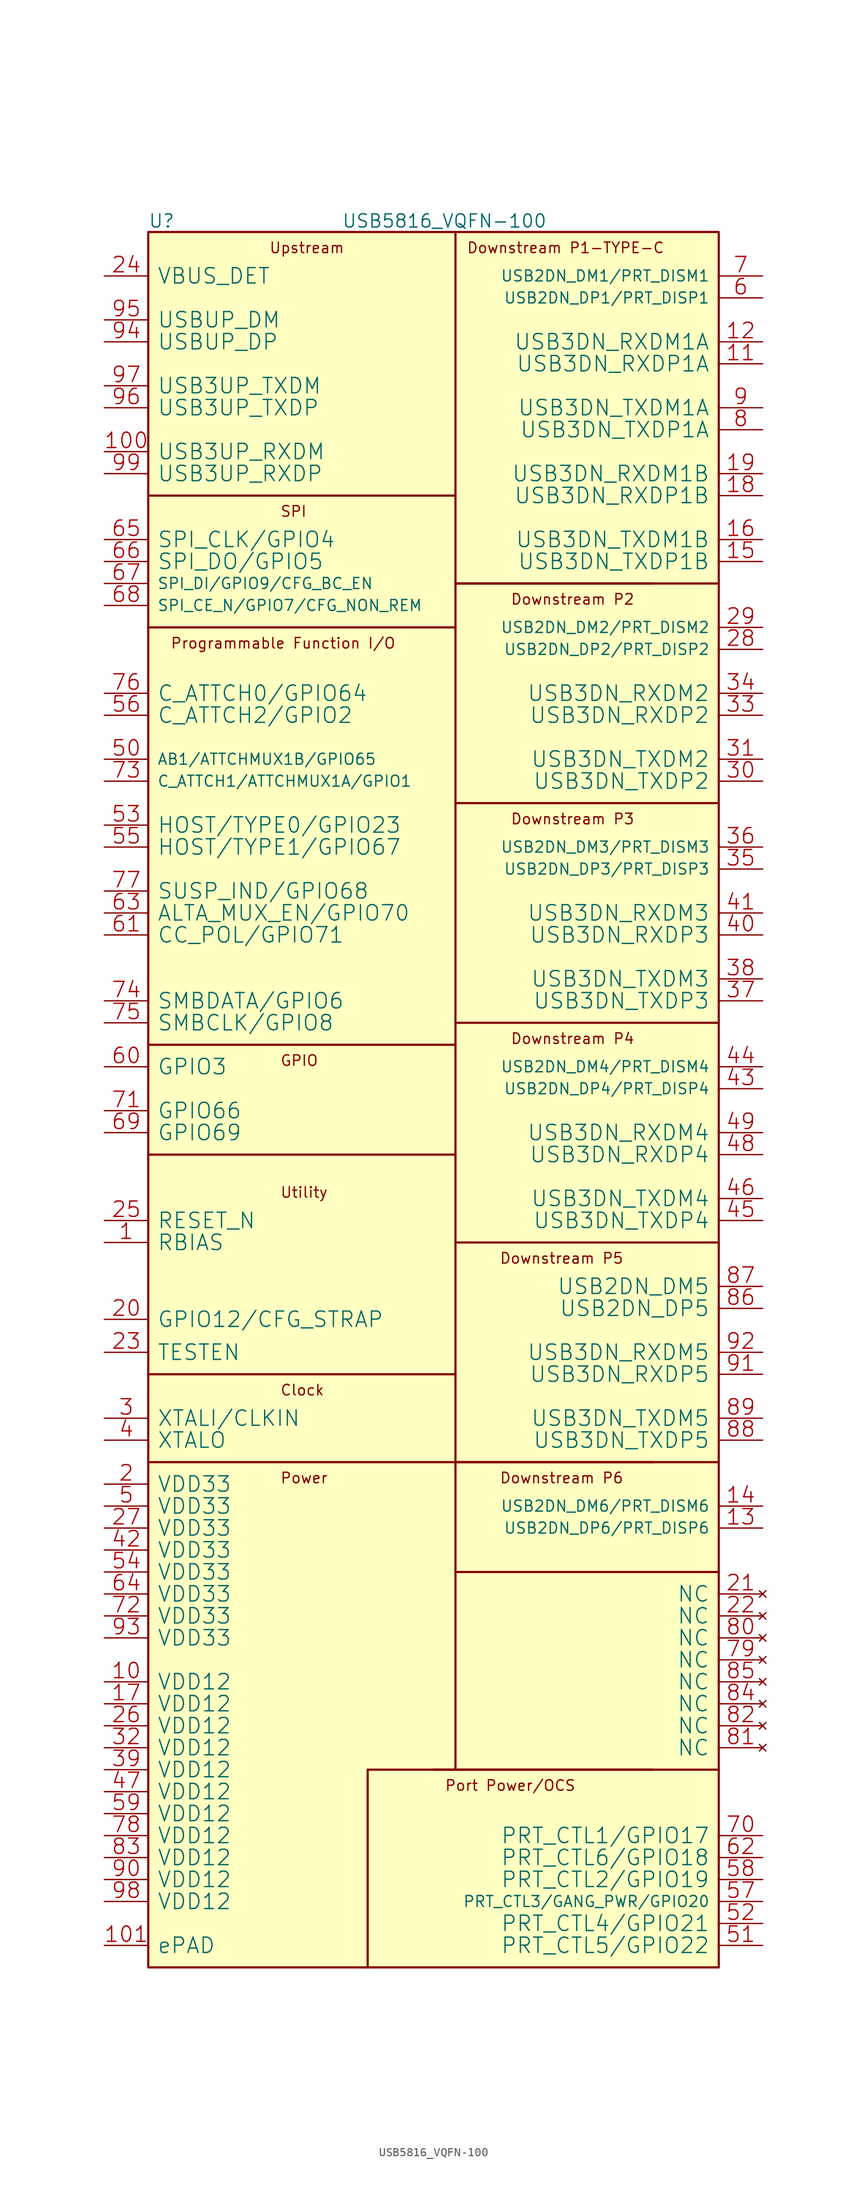
<source format=kicad_sym>
(kicad_symbol_lib
  (version 20211014)
  (generator kicad_symbol_editor)
  (symbol "USB5816_VQFN-100"
    (pin_names
      (offset 1.016))
    (property "Reference" "U"
      (at 0 1.27 0)
      (effects (font (size 1.524 1.524)) (justify left)))
    (property "Value" "USB5816_VQFN-100"
      (at 34.29 1.27 0)
      (effects (font (size 1.524 1.524))))
    (property "Footprint" ""
      (at 0 0 0)
      (effects (font (size 1.524 1.524))))
    (property "Datasheet" ""
      (at 0 0 0)
      (effects (font (size 1.524 1.524))))
    (symbol "USB5816_VQFN-100_0_1"
      (rectangle (start 0 -200.66) (end 66.04 0) (stroke (width 0.254) (type default) (color 0 0 0 0)) (fill (type background)))
      (polyline (pts (xy 25.4 -177.8) (xy 25.4 -200.66)) (stroke (width 0.254) (type default) (color 0 0 0 0)) (fill (type none)))
      (polyline (pts (xy 35.56 -142.24) (xy 0 -142.24)) (stroke (width 0.254) (type default) (color 0 0 0 0)) (fill (type none)))
      (polyline (pts (xy 35.56 -132.08) (xy 0 -132.08)) (stroke (width 0.254) (type default) (color 0 0 0 0)) (fill (type none)))
      (polyline (pts (xy 35.56 -106.68) (xy 0 -106.68)) (stroke (width 0.254) (type default) (color 0 0 0 0)) (fill (type none)))
      (polyline (pts (xy 35.56 -93.98) (xy 0 -93.98)) (stroke (width 0.254) (type default) (color 0 0 0 0)) (fill (type none)))
      (polyline (pts (xy 35.56 -45.72) (xy 0 -45.72)) (stroke (width 0.254) (type default) (color 0 0 0 0)) (fill (type none)))
      (polyline (pts (xy 35.56 -30.48) (xy 0 -30.48)) (stroke (width 0.254) (type default) (color 0 0 0 0)) (fill (type none)))
      (polyline (pts (xy 35.56 0) (xy 35.56 -177.8)) (stroke (width 0.254) (type default) (color 0 0 0 0)) (fill (type none)))
      (polyline (pts (xy 58.42 -177.8) (xy 25.4 -177.8)) (stroke (width 0.254) (type default) (color 0 0 0 0)) (fill (type none)))
      (polyline (pts (xy 58.42 -142.24) (xy 35.56 -142.24)) (stroke (width 0.254) (type default) (color 0 0 0 0)) (fill (type none)))
      (polyline (pts (xy 58.42 -40.64) (xy 35.56 -40.64)) (stroke (width 0.254) (type default) (color 0 0 0 0)) (fill (type none)))
      (polyline (pts (xy 66.04 -177.8) (xy 33.02 -177.8)) (stroke (width 0.254) (type default) (color 0 0 0 0)) (fill (type none)))
      (polyline (pts (xy 66.04 -154.94) (xy 35.56 -154.94)) (stroke (width 0.254) (type default) (color 0 0 0 0)) (fill (type none)))
      (polyline (pts (xy 66.04 -142.24) (xy 35.56 -142.24)) (stroke (width 0.254) (type default) (color 0 0 0 0)) (fill (type none)))
      (polyline (pts (xy 66.04 -116.84) (xy 35.56 -116.84)) (stroke (width 0.254) (type default) (color 0 0 0 0)) (fill (type none)))
      (polyline (pts (xy 66.04 -91.44) (xy 35.56 -91.44)) (stroke (width 0.254) (type default) (color 0 0 0 0)) (fill (type none)))
      (polyline (pts (xy 66.04 -66.04) (xy 35.56 -66.04)) (stroke (width 0.254) (type default) (color 0 0 0 0)) (fill (type none)))
      (polyline (pts (xy 66.04 -40.64) (xy 35.56 -40.64)) (stroke (width 0.254) (type default) (color 0 0 0 0)) (fill (type none)))
      (pin passive line (at -5.08 -116.84 0) (length 5.08) (name "RBIAS" (effects (font (size 1.778 1.778)))) (number "1" (effects (font (size 1.778 1.778)))))
      (pin power_in line (at -5.08 -167.64 0) (length 5.08) (name "VDD12" (effects (font (size 1.778 1.778)))) (number "10" (effects (font (size 1.778 1.778)))))
      (pin bidirectional line (at -5.08 -25.4 0) (length 5.08) (name "USB3UP_RXDM" (effects (font (size 1.778 1.778)))) (number "100" (effects (font (size 1.778 1.778)))))
      (pin power_in line (at -5.08 -198.12 0) (length 5.08) (name "ePAD" (effects (font (size 1.778 1.778)))) (number "101" (effects (font (size 1.778 1.778)))))
      (pin bidirectional line (at 71.12 -15.24 180) (length 5.08) (name "USB3DN_RXDP1A" (effects (font (size 1.778 1.778)))) (number "11" (effects (font (size 1.778 1.778)))))
      (pin bidirectional line (at 71.12 -12.7 180) (length 5.08) (name "USB3DN_RXDM1A" (effects (font (size 1.778 1.778)))) (number "12" (effects (font (size 1.778 1.778)))))
      (pin bidirectional line (at 71.12 -149.86 180) (length 5.08) (name "USB2DN_DP6/PRT_DISP6" (effects (font (size 1.27 1.27)))) (number "13" (effects (font (size 1.778 1.778)))))
      (pin bidirectional line (at 71.12 -147.32 180) (length 5.08) (name "USB2DN_DM6/PRT_DISM6" (effects (font (size 1.27 1.27)))) (number "14" (effects (font (size 1.778 1.778)))))
      (pin bidirectional line (at 71.12 -38.1 180) (length 5.08) (name "USB3DN_TXDP1B" (effects (font (size 1.778 1.778)))) (number "15" (effects (font (size 1.778 1.778)))))
      (pin bidirectional line (at 71.12 -35.56 180) (length 5.08) (name "USB3DN_TXDM1B" (effects (font (size 1.778 1.778)))) (number "16" (effects (font (size 1.778 1.778)))))
      (pin power_in line (at -5.08 -170.18 0) (length 5.08) (name "VDD12" (effects (font (size 1.778 1.778)))) (number "17" (effects (font (size 1.778 1.778)))))
      (pin bidirectional line (at 71.12 -30.48 180) (length 5.08) (name "USB3DN_RXDP1B" (effects (font (size 1.778 1.778)))) (number "18" (effects (font (size 1.778 1.778)))))
      (pin bidirectional line (at 71.12 -27.94 180) (length 5.08) (name "USB3DN_RXDM1B" (effects (font (size 1.778 1.778)))) (number "19" (effects (font (size 1.778 1.778)))))
      (pin power_in line (at -5.08 -144.78 0) (length 5.08) (name "VDD33" (effects (font (size 1.778 1.778)))) (number "2" (effects (font (size 1.778 1.778)))))
      (pin bidirectional line (at -5.08 -125.73 0) (length 5.08) (name "GPIO12/CFG_STRAP" (effects (font (size 1.778 1.778)))) (number "20" (effects (font (size 1.778 1.778)))))
      (pin no_connect line (at 71.12 -157.48 180) (length 5.08) (name "NC" (effects (font (size 1.778 1.778)))) (number "21" (effects (font (size 1.778 1.778)))))
      (pin no_connect line (at 71.12 -160.02 180) (length 5.08) (name "NC" (effects (font (size 1.778 1.778)))) (number "22" (effects (font (size 1.778 1.778)))))
      (pin bidirectional line (at -5.08 -129.54 0) (length 5.08) (name "TESTEN" (effects (font (size 1.778 1.778)))) (number "23" (effects (font (size 1.778 1.778)))))
      (pin input line (at -5.08 -5.08 0) (length 5.08) (name "VBUS_DET" (effects (font (size 1.778 1.778)))) (number "24" (effects (font (size 1.778 1.778)))))
      (pin input line (at -5.08 -114.3 0) (length 5.08) (name "RESET_N" (effects (font (size 1.778 1.778)))) (number "25" (effects (font (size 1.778 1.778)))))
      (pin power_in line (at -5.08 -172.72 0) (length 5.08) (name "VDD12" (effects (font (size 1.778 1.778)))) (number "26" (effects (font (size 1.778 1.778)))))
      (pin power_in line (at -5.08 -149.86 0) (length 5.08) (name "VDD33" (effects (font (size 1.778 1.778)))) (number "27" (effects (font (size 1.778 1.778)))))
      (pin bidirectional line (at 71.12 -48.26 180) (length 5.08) (name "USB2DN_DP2/PRT_DISP2" (effects (font (size 1.27 1.27)))) (number "28" (effects (font (size 1.778 1.778)))))
      (pin bidirectional line (at 71.12 -45.72 180) (length 5.08) (name "USB2DN_DM2/PRT_DISM2" (effects (font (size 1.27 1.27)))) (number "29" (effects (font (size 1.778 1.778)))))
      (pin input line (at -5.08 -137.16 0) (length 5.08) (name "XTALI/CLKIN" (effects (font (size 1.778 1.778)))) (number "3" (effects (font (size 1.778 1.778)))))
      (pin bidirectional line (at 71.12 -63.5 180) (length 5.08) (name "USB3DN_TXDP2" (effects (font (size 1.778 1.778)))) (number "30" (effects (font (size 1.778 1.778)))))
      (pin bidirectional line (at 71.12 -60.96 180) (length 5.08) (name "USB3DN_TXDM2" (effects (font (size 1.778 1.778)))) (number "31" (effects (font (size 1.778 1.778)))))
      (pin power_in line (at -5.08 -175.26 0) (length 5.08) (name "VDD12" (effects (font (size 1.778 1.778)))) (number "32" (effects (font (size 1.778 1.778)))))
      (pin bidirectional line (at 71.12 -55.88 180) (length 5.08) (name "USB3DN_RXDP2" (effects (font (size 1.778 1.778)))) (number "33" (effects (font (size 1.778 1.778)))))
      (pin bidirectional line (at 71.12 -53.34 180) (length 5.08) (name "USB3DN_RXDM2" (effects (font (size 1.778 1.778)))) (number "34" (effects (font (size 1.778 1.778)))))
      (pin bidirectional line (at 71.12 -73.66 180) (length 5.08) (name "USB2DN_DP3/PRT_DISP3" (effects (font (size 1.27 1.27)))) (number "35" (effects (font (size 1.778 1.778)))))
      (pin bidirectional line (at 71.12 -71.12 180) (length 5.08) (name "USB2DN_DM3/PRT_DISM3" (effects (font (size 1.27 1.27)))) (number "36" (effects (font (size 1.778 1.778)))))
      (pin bidirectional line (at 71.12 -88.9 180) (length 5.08) (name "USB3DN_TXDP3" (effects (font (size 1.778 1.778)))) (number "37" (effects (font (size 1.778 1.778)))))
      (pin bidirectional line (at 71.12 -86.36 180) (length 5.08) (name "USB3DN_TXDM3" (effects (font (size 1.778 1.778)))) (number "38" (effects (font (size 1.778 1.778)))))
      (pin power_in line (at -5.08 -177.8 0) (length 5.08) (name "VDD12" (effects (font (size 1.778 1.778)))) (number "39" (effects (font (size 1.778 1.778)))))
      (pin output line (at -5.08 -139.7 0) (length 5.08) (name "XTALO" (effects (font (size 1.778 1.778)))) (number "4" (effects (font (size 1.778 1.778)))))
      (pin bidirectional line (at 71.12 -81.28 180) (length 5.08) (name "USB3DN_RXDP3" (effects (font (size 1.778 1.778)))) (number "40" (effects (font (size 1.778 1.778)))))
      (pin bidirectional line (at 71.12 -78.74 180) (length 5.08) (name "USB3DN_RXDM3" (effects (font (size 1.778 1.778)))) (number "41" (effects (font (size 1.778 1.778)))))
      (pin power_in line (at -5.08 -152.4 0) (length 5.08) (name "VDD33" (effects (font (size 1.778 1.778)))) (number "42" (effects (font (size 1.778 1.778)))))
      (pin bidirectional line (at 71.12 -99.06 180) (length 5.08) (name "USB2DN_DP4/PRT_DISP4" (effects (font (size 1.27 1.27)))) (number "43" (effects (font (size 1.778 1.778)))))
      (pin bidirectional line (at 71.12 -96.52 180) (length 5.08) (name "USB2DN_DM4/PRT_DISM4" (effects (font (size 1.27 1.27)))) (number "44" (effects (font (size 1.778 1.778)))))
      (pin bidirectional line (at 71.12 -114.3 180) (length 5.08) (name "USB3DN_TXDP4" (effects (font (size 1.778 1.778)))) (number "45" (effects (font (size 1.778 1.778)))))
      (pin bidirectional line (at 71.12 -111.76 180) (length 5.08) (name "USB3DN_TXDM4" (effects (font (size 1.778 1.778)))) (number "46" (effects (font (size 1.778 1.778)))))
      (pin power_in line (at -5.08 -180.34 0) (length 5.08) (name "VDD12" (effects (font (size 1.778 1.778)))) (number "47" (effects (font (size 1.778 1.778)))))
      (pin bidirectional line (at 71.12 -106.68 180) (length 5.08) (name "USB3DN_RXDP4" (effects (font (size 1.778 1.778)))) (number "48" (effects (font (size 1.778 1.778)))))
      (pin bidirectional line (at 71.12 -104.14 180) (length 5.08) (name "USB3DN_RXDM4" (effects (font (size 1.778 1.778)))) (number "49" (effects (font (size 1.778 1.778)))))
      (pin power_in line (at -5.08 -147.32 0) (length 5.08) (name "VDD33" (effects (font (size 1.778 1.778)))) (number "5" (effects (font (size 1.778 1.778)))))
      (pin bidirectional line (at -5.08 -60.96 0) (length 5.08) (name "AB1/ATTCHMUX1B/GPIO65" (effects (font (size 1.27 1.27)))) (number "50" (effects (font (size 1.778 1.778)))))
      (pin bidirectional line (at 71.12 -198.12 180) (length 5.08) (name "PRT_CTL5/GPIO22" (effects (font (size 1.778 1.778)))) (number "51" (effects (font (size 1.778 1.778)))))
      (pin bidirectional line (at 71.12 -195.58 180) (length 5.08) (name "PRT_CTL4/GPIO21" (effects (font (size 1.778 1.778)))) (number "52" (effects (font (size 1.778 1.778)))))
      (pin bidirectional line (at -5.08 -68.58 0) (length 5.08) (name "HOST/TYPE0/GPIO23" (effects (font (size 1.778 1.778)))) (number "53" (effects (font (size 1.778 1.778)))))
      (pin power_in line (at -5.08 -154.94 0) (length 5.08) (name "VDD33" (effects (font (size 1.778 1.778)))) (number "54" (effects (font (size 1.778 1.778)))))
      (pin bidirectional line (at -5.08 -71.12 0) (length 5.08) (name "HOST/TYPE1/GPIO67" (effects (font (size 1.778 1.778)))) (number "55" (effects (font (size 1.778 1.778)))))
      (pin bidirectional line (at -5.08 -55.88 0) (length 5.08) (name "C_ATTCH2/GPIO2" (effects (font (size 1.778 1.778)))) (number "56" (effects (font (size 1.778 1.778)))))
      (pin bidirectional line (at 71.12 -193.04 180) (length 5.08) (name "PRT_CTL3/GANG_PWR/GPIO20" (effects (font (size 1.27 1.27)))) (number "57" (effects (font (size 1.778 1.778)))))
      (pin bidirectional line (at 71.12 -190.5 180) (length 5.08) (name "PRT_CTL2/GPIO19" (effects (font (size 1.778 1.778)))) (number "58" (effects (font (size 1.778 1.778)))))
      (pin power_in line (at -5.08 -182.88 0) (length 5.08) (name "VDD12" (effects (font (size 1.778 1.778)))) (number "59" (effects (font (size 1.778 1.778)))))
      (pin bidirectional line (at 71.12 -7.62 180) (length 5.08) (name "USB2DN_DP1/PRT_DISP1" (effects (font (size 1.27 1.27)))) (number "6" (effects (font (size 1.778 1.778)))))
      (pin bidirectional line (at -5.08 -96.52 0) (length 5.08) (name "GPIO3" (effects (font (size 1.778 1.778)))) (number "60" (effects (font (size 1.778 1.778)))))
      (pin bidirectional line (at -5.08 -81.28 0) (length 5.08) (name "CC_POL/GPIO71" (effects (font (size 1.778 1.778)))) (number "61" (effects (font (size 1.778 1.778)))))
      (pin bidirectional line (at 71.12 -187.96 180) (length 5.08) (name "PRT_CTL6/GPIO18" (effects (font (size 1.778 1.778)))) (number "62" (effects (font (size 1.778 1.778)))))
      (pin bidirectional line (at -5.08 -78.74 0) (length 5.08) (name "ALTA_MUX_EN/GPIO70" (effects (font (size 1.778 1.778)))) (number "63" (effects (font (size 1.778 1.778)))))
      (pin power_in line (at -5.08 -157.48 0) (length 5.08) (name "VDD33" (effects (font (size 1.778 1.778)))) (number "64" (effects (font (size 1.778 1.778)))))
      (pin bidirectional line (at -5.08 -35.56 0) (length 5.08) (name "SPI_CLK/GPIO4" (effects (font (size 1.778 1.778)))) (number "65" (effects (font (size 1.778 1.778)))))
      (pin bidirectional line (at -5.08 -38.1 0) (length 5.08) (name "SPI_DO/GPIO5" (effects (font (size 1.778 1.778)))) (number "66" (effects (font (size 1.778 1.778)))))
      (pin bidirectional line (at -5.08 -40.64 0) (length 5.08) (name "SPI_DI/GPIO9/CFG_BC_EN" (effects (font (size 1.27 1.27)))) (number "67" (effects (font (size 1.778 1.778)))))
      (pin bidirectional line (at -5.08 -43.18 0) (length 5.08) (name "SPI_CE_N/GPIO7/CFG_NON_REM" (effects (font (size 1.27 1.27)))) (number "68" (effects (font (size 1.778 1.778)))))
      (pin bidirectional line (at -5.08 -104.14 0) (length 5.08) (name "GPIO69" (effects (font (size 1.778 1.778)))) (number "69" (effects (font (size 1.778 1.778)))))
      (pin bidirectional line (at 71.12 -5.08 180) (length 5.08) (name "USB2DN_DM1/PRT_DISM1" (effects (font (size 1.27 1.27)))) (number "7" (effects (font (size 1.778 1.778)))))
      (pin bidirectional line (at 71.12 -185.42 180) (length 5.08) (name "PRT_CTL1/GPIO17" (effects (font (size 1.778 1.778)))) (number "70" (effects (font (size 1.778 1.778)))))
      (pin bidirectional line (at -5.08 -101.6 0) (length 5.08) (name "GPIO66" (effects (font (size 1.778 1.778)))) (number "71" (effects (font (size 1.778 1.778)))))
      (pin power_in line (at -5.08 -160.02 0) (length 5.08) (name "VDD33" (effects (font (size 1.778 1.778)))) (number "72" (effects (font (size 1.778 1.778)))))
      (pin bidirectional line (at -5.08 -63.5 0) (length 5.08) (name "C_ATTCH1/ATTCHMUX1A/GPIO1" (effects (font (size 1.27 1.27)))) (number "73" (effects (font (size 1.778 1.778)))))
      (pin bidirectional line (at -5.08 -88.9 0) (length 5.08) (name "SMBDATA/GPIO6" (effects (font (size 1.778 1.778)))) (number "74" (effects (font (size 1.778 1.778)))))
      (pin bidirectional line (at -5.08 -91.44 0) (length 5.08) (name "SMBCLK/GPIO8" (effects (font (size 1.778 1.778)))) (number "75" (effects (font (size 1.778 1.778)))))
      (pin bidirectional line (at -5.08 -53.34 0) (length 5.08) (name "C_ATTCH0/GPIO64" (effects (font (size 1.778 1.778)))) (number "76" (effects (font (size 1.778 1.778)))))
      (pin bidirectional line (at -5.08 -76.2 0) (length 5.08) (name "SUSP_IND/GPIO68" (effects (font (size 1.778 1.778)))) (number "77" (effects (font (size 1.778 1.778)))))
      (pin power_in line (at -5.08 -185.42 0) (length 5.08) (name "VDD12" (effects (font (size 1.778 1.778)))) (number "78" (effects (font (size 1.778 1.778)))))
      (pin no_connect line (at 71.12 -165.1 180) (length 5.08) (name "NC" (effects (font (size 1.778 1.778)))) (number "79" (effects (font (size 1.778 1.778)))))
      (pin bidirectional line (at 71.12 -22.86 180) (length 5.08) (name "USB3DN_TXDP1A" (effects (font (size 1.778 1.778)))) (number "8" (effects (font (size 1.778 1.778)))))
      (pin no_connect line (at 71.12 -162.56 180) (length 5.08) (name "NC" (effects (font (size 1.778 1.778)))) (number "80" (effects (font (size 1.778 1.778)))))
      (pin no_connect line (at 71.12 -175.26 180) (length 5.08) (name "NC" (effects (font (size 1.778 1.778)))) (number "81" (effects (font (size 1.778 1.778)))))
      (pin no_connect line (at 71.12 -172.72 180) (length 5.08) (name "NC" (effects (font (size 1.778 1.778)))) (number "82" (effects (font (size 1.778 1.778)))))
      (pin power_in line (at -5.08 -187.96 0) (length 5.08) (name "VDD12" (effects (font (size 1.778 1.778)))) (number "83" (effects (font (size 1.778 1.778)))))
      (pin no_connect line (at 71.12 -170.18 180) (length 5.08) (name "NC" (effects (font (size 1.778 1.778)))) (number "84" (effects (font (size 1.778 1.778)))))
      (pin no_connect line (at 71.12 -167.64 180) (length 5.08) (name "NC" (effects (font (size 1.778 1.778)))) (number "85" (effects (font (size 1.778 1.778)))))
      (pin bidirectional line (at 71.12 -124.46 180) (length 5.08) (name "USB2DN_DP5" (effects (font (size 1.778 1.778)))) (number "86" (effects (font (size 1.778 1.778)))))
      (pin bidirectional line (at 71.12 -121.92 180) (length 5.08) (name "USB2DN_DM5" (effects (font (size 1.778 1.778)))) (number "87" (effects (font (size 1.778 1.778)))))
      (pin bidirectional line (at 71.12 -139.7 180) (length 5.08) (name "USB3DN_TXDP5" (effects (font (size 1.778 1.778)))) (number "88" (effects (font (size 1.778 1.778)))))
      (pin bidirectional line (at 71.12 -137.16 180) (length 5.08) (name "USB3DN_TXDM5" (effects (font (size 1.778 1.778)))) (number "89" (effects (font (size 1.778 1.778)))))
      (pin bidirectional line (at 71.12 -20.32 180) (length 5.08) (name "USB3DN_TXDM1A" (effects (font (size 1.778 1.778)))) (number "9" (effects (font (size 1.778 1.778)))))
      (pin power_in line (at -5.08 -190.5 0) (length 5.08) (name "VDD12" (effects (font (size 1.778 1.778)))) (number "90" (effects (font (size 1.778 1.778)))))
      (pin bidirectional line (at 71.12 -132.08 180) (length 5.08) (name "USB3DN_RXDP5" (effects (font (size 1.778 1.778)))) (number "91" (effects (font (size 1.778 1.778)))))
      (pin bidirectional line (at 71.12 -129.54 180) (length 5.08) (name "USB3DN_RXDM5" (effects (font (size 1.778 1.778)))) (number "92" (effects (font (size 1.778 1.778)))))
      (pin power_in line (at -5.08 -162.56 0) (length 5.08) (name "VDD33" (effects (font (size 1.778 1.778)))) (number "93" (effects (font (size 1.778 1.778)))))
      (pin bidirectional line (at -5.08 -12.7 0) (length 5.08) (name "USBUP_DP" (effects (font (size 1.778 1.778)))) (number "94" (effects (font (size 1.778 1.778)))))
      (pin bidirectional line (at -5.08 -10.16 0) (length 5.08) (name "USBUP_DM" (effects (font (size 1.778 1.778)))) (number "95" (effects (font (size 1.778 1.778)))))
      (pin bidirectional line (at -5.08 -20.32 0) (length 5.08) (name "USB3UP_TXDP" (effects (font (size 1.778 1.778)))) (number "96" (effects (font (size 1.778 1.778)))))
      (pin bidirectional line (at -5.08 -17.78 0) (length 5.08) (name "USB3UP_TXDM" (effects (font (size 1.778 1.778)))) (number "97" (effects (font (size 1.778 1.778)))))
      (pin power_in line (at -5.08 -193.04 0) (length 5.08) (name "VDD12" (effects (font (size 1.778 1.778)))) (number "98" (effects (font (size 1.778 1.778)))))
      (pin bidirectional line (at -5.08 -27.94 0) (length 5.08) (name "USB3UP_RXDP" (effects (font (size 1.778 1.778)))) (number "99" (effects (font (size 1.778 1.778))))))
    (symbol "USB5816_VQFN-100_1_1"
      (text "Clock" (at 15.24 -134.62 0) (effects (font (size 1.219 1.219)) (justify left bottom)))
      (text "Downstream P1-TYPE-C" (at 36.83 -2.54 0) (effects (font (size 1.219 1.219)) (justify left bottom)))
      (text "Downstream P2" (at 41.91 -43.18 0) (effects (font (size 1.219 1.219)) (justify left bottom)))
      (text "Downstream P3" (at 41.91 -68.58 0) (effects (font (size 1.219 1.219)) (justify left bottom)))
      (text "Downstream P4" (at 41.91 -93.98 0) (effects (font (size 1.219 1.219)) (justify left bottom)))
      (text "Downstream P5" (at 40.64 -119.38 0) (effects (font (size 1.219 1.219)) (justify left bottom)))
      (text "Downstream P6" (at 40.64 -144.78 0) (effects (font (size 1.219 1.219)) (justify left bottom)))
      (text "GPIO" (at 15.24 -96.52 0) (effects (font (size 1.219 1.219)) (justify left bottom)))
      (text "Port Power/OCS" (at 34.29 -180.34 0) (effects (font (size 1.219 1.219)) (justify left bottom)))
      (text "Power" (at 15.24 -144.78 0) (effects (font (size 1.219 1.219)) (justify left bottom)))
      (text "Programmable Function I/O" (at 2.54 -48.26 0) (effects (font (size 1.219 1.219)) (justify left bottom)))
      (text "SPI" (at 15.24 -33.02 0) (effects (font (size 1.219 1.219)) (justify left bottom)))
      (text "Upstream" (at 13.97 -2.54 0) (effects (font (size 1.219 1.219)) (justify left bottom)))
      (text "Utility" (at 15.24 -111.76 0) (effects (font (size 1.219 1.219)) (justify left bottom))))))
</source>
